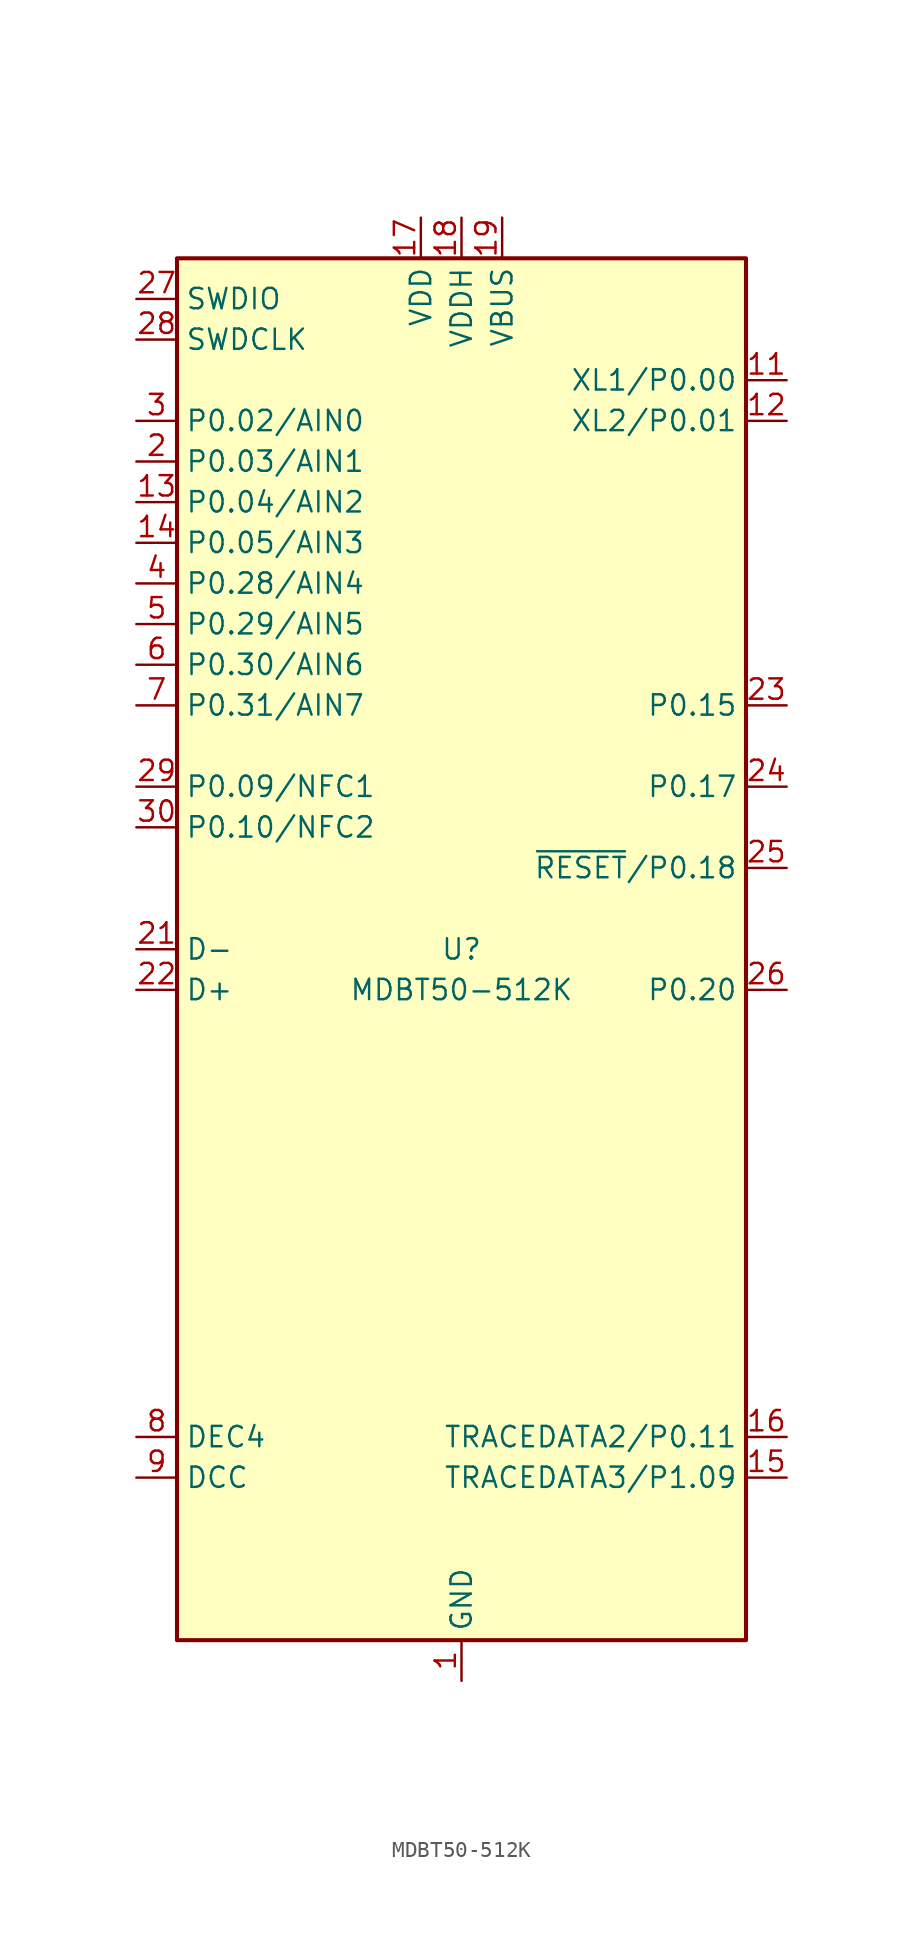
<source format=kicad_sym>
(kicad_symbol_lib
  (version 20211014)
  (generator kicad_symbol_editor)
  (symbol "MDBT50-512K"
    (property "Reference" "U"
      (at 0 0 0)
      (effects (font (size 1.27 1.27))))
    (property "Value" "MDBT50-512K"
      (at 0 -2.54 0)
      (effects (font (size 1.27 1.27))))
    (symbol "MDBT50-512K_0_1"
      (rectangle (start -17.78 43.18) (end 17.78 -43.18) (stroke (width 0.254) (type default) (color 0 0 0 0)) (fill (type background))))
    (symbol "MDBT50-512K_1_1"
      (pin power_in line (at 0 -45.72 90) (length 2.54) (name "GND" (effects (font (size 1.27 1.27)))) (number "1" (effects (font (size 1.27 1.27)))))
      (pin passive line (at 0 -45.72 90) (length 2.54) hide (name "GND" (effects (font (size 1.27 1.27)))) (number "10" (effects (font (size 1.27 1.27)))))
      (pin bidirectional line (at 20.32 35.56 180) (length 2.54) (name "XL1/P0.00" (effects (font (size 1.27 1.27)))) (number "11" (effects (font (size 1.27 1.27)))))
      (pin bidirectional line (at 20.32 33.02 180) (length 2.54) (name "XL2/P0.01" (effects (font (size 1.27 1.27)))) (number "12" (effects (font (size 1.27 1.27)))))
      (pin bidirectional line (at -20.32 27.94 0) (length 2.54) (name "P0.04/AIN2" (effects (font (size 1.27 1.27)))) (number "13" (effects (font (size 1.27 1.27)))))
      (pin bidirectional line (at -20.32 25.4 0) (length 2.54) (name "P0.05/AIN3" (effects (font (size 1.27 1.27)))) (number "14" (effects (font (size 1.27 1.27)))))
      (pin bidirectional line (at 20.32 -33.02 180) (length 2.54) (name "TRACEDATA3/P1.09" (effects (font (size 1.27 1.27)))) (number "15" (effects (font (size 1.27 1.27)))))
      (pin bidirectional line (at 20.32 -30.48 180) (length 2.54) (name "TRACEDATA2/P0.11" (effects (font (size 1.27 1.27)))) (number "16" (effects (font (size 1.27 1.27)))))
      (pin power_in line (at -2.54 45.72 270) (length 2.54) (name "VDD" (effects (font (size 1.27 1.27)))) (number "17" (effects (font (size 1.27 1.27)))))
      (pin power_in line (at 0 45.72 270) (length 2.54) (name "VDDH" (effects (font (size 1.27 1.27)))) (number "18" (effects (font (size 1.27 1.27)))))
      (pin power_in line (at 2.54 45.72 270) (length 2.54) (name "VBUS" (effects (font (size 1.27 1.27)))) (number "19" (effects (font (size 1.27 1.27)))))
      (pin bidirectional line (at -20.32 30.48 0) (length 2.54) (name "P0.03/AIN1" (effects (font (size 1.27 1.27)))) (number "2" (effects (font (size 1.27 1.27)))))
      (pin passive line (at 0 -45.72 90) (length 2.54) hide (name "GND" (effects (font (size 1.27 1.27)))) (number "20" (effects (font (size 1.27 1.27)))))
      (pin bidirectional line (at -20.32 0 0) (length 2.54) (name "D-" (effects (font (size 1.27 1.27)))) (number "21" (effects (font (size 1.27 1.27)))))
      (pin bidirectional line (at -20.32 -2.54 0) (length 2.54) (name "D+" (effects (font (size 1.27 1.27)))) (number "22" (effects (font (size 1.27 1.27)))))
      (pin bidirectional line (at 20.32 15.24 180) (length 2.54) (name "P0.15" (effects (font (size 1.27 1.27)))) (number "23" (effects (font (size 1.27 1.27)))))
      (pin bidirectional line (at 20.32 10.16 180) (length 2.54) (name "P0.17" (effects (font (size 1.27 1.27)))) (number "24" (effects (font (size 1.27 1.27)))))
      (pin bidirectional line (at 20.32 5.08 180) (length 2.54) (name "~{RESET}/P0.18" (effects (font (size 1.27 1.27)))) (number "25" (effects (font (size 1.27 1.27)))))
      (pin bidirectional line (at 20.32 -2.54 180) (length 2.54) (name "P0.20" (effects (font (size 1.27 1.27)))) (number "26" (effects (font (size 1.27 1.27)))))
      (pin bidirectional line (at -20.32 40.64 0) (length 2.54) (name "SWDIO" (effects (font (size 1.27 1.27)))) (number "27" (effects (font (size 1.27 1.27)))))
      (pin input line (at -20.32 38.1 0) (length 2.54) (name "SWDCLK" (effects (font (size 1.27 1.27)))) (number "28" (effects (font (size 1.27 1.27)))))
      (pin bidirectional line (at -20.32 10.16 0) (length 2.54) (name "P0.09/NFC1" (effects (font (size 1.27 1.27)))) (number "29" (effects (font (size 1.27 1.27)))))
      (pin bidirectional line (at -20.32 33.02 0) (length 2.54) (name "P0.02/AIN0" (effects (font (size 1.27 1.27)))) (number "3" (effects (font (size 1.27 1.27)))))
      (pin bidirectional line (at -20.32 7.62 0) (length 2.54) (name "P0.10/NFC2" (effects (font (size 1.27 1.27)))) (number "30" (effects (font (size 1.27 1.27)))))
      (pin passive line (at 0 -45.72 90) (length 2.54) hide (name "GND" (effects (font (size 1.27 1.27)))) (number "31" (effects (font (size 1.27 1.27)))))
      (pin bidirectional line (at -20.32 22.86 0) (length 2.54) (name "P0.28/AIN4" (effects (font (size 1.27 1.27)))) (number "4" (effects (font (size 1.27 1.27)))))
      (pin bidirectional line (at -20.32 20.32 0) (length 2.54) (name "P0.29/AIN5" (effects (font (size 1.27 1.27)))) (number "5" (effects (font (size 1.27 1.27)))))
      (pin bidirectional line (at -20.32 17.78 0) (length 2.54) (name "P0.30/AIN6" (effects (font (size 1.27 1.27)))) (number "6" (effects (font (size 1.27 1.27)))))
      (pin bidirectional line (at -20.32 15.24 0) (length 2.54) (name "P0.31/AIN7" (effects (font (size 1.27 1.27)))) (number "7" (effects (font (size 1.27 1.27)))))
      (pin power_in line (at -20.32 -30.48 0) (length 2.54) (name "DEC4" (effects (font (size 1.27 1.27)))) (number "8" (effects (font (size 1.27 1.27)))))
      (pin power_out line (at -20.32 -33.02 0) (length 2.54) (name "DCC" (effects (font (size 1.27 1.27)))) (number "9" (effects (font (size 1.27 1.27))))))))
</source>
